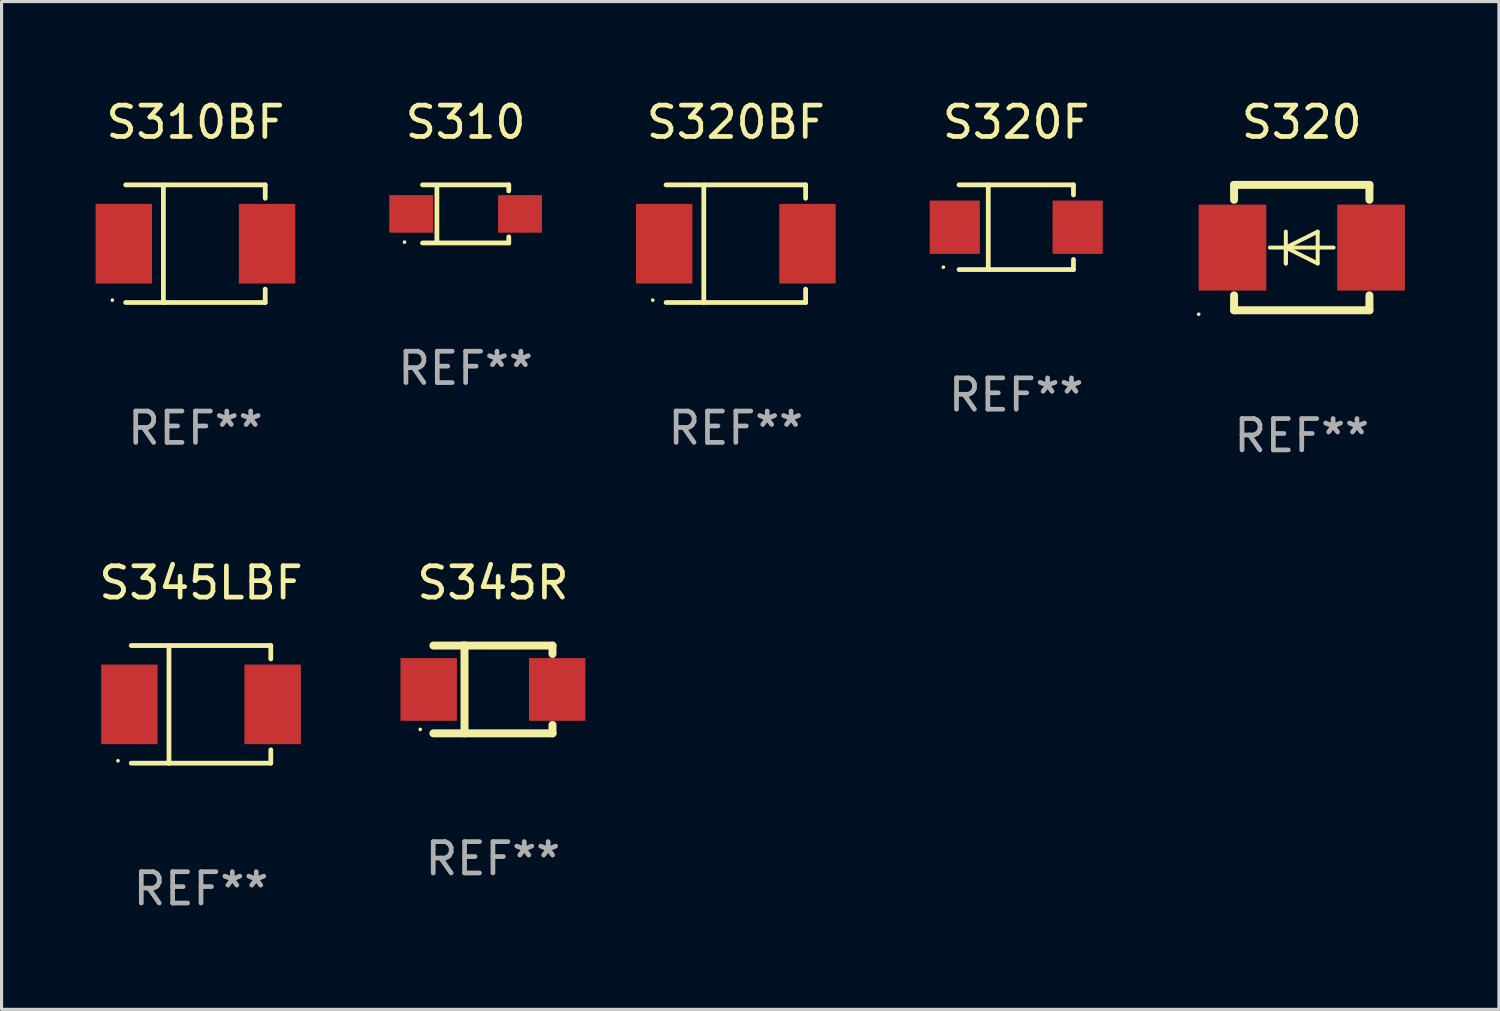
<source format=kicad_pcb>
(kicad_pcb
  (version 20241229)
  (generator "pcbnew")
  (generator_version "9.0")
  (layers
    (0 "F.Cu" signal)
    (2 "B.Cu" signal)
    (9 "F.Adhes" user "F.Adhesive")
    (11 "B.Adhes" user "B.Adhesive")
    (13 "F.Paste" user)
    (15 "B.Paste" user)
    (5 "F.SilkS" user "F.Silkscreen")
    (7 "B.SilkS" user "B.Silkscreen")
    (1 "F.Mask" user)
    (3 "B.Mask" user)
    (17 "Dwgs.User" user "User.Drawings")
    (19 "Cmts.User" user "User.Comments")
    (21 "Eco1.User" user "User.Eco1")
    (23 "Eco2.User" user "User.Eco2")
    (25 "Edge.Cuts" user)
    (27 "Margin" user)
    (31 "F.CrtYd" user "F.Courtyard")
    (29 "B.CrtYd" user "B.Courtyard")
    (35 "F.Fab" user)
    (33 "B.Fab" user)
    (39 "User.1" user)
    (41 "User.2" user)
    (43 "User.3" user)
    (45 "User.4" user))
  (footprint "S320"
    (layer "F.Cu")
    (at 38.479 4.848)
    (property "Reference" "S320" (at 0 -4 0) (layer "F.SilkS") (effects (font (size 1 1) (thickness 0.15))))
    (attr through_hole)
    (fp_line (start -2.159 -2) (end 2.159 -2) (stroke (width 0.254) (type solid)) (layer "F.SilkS"))
    (fp_line (start -2.159 -1.524) (end -2.159 -2) (stroke (width 0.254) (type solid)) (layer "F.SilkS"))
    (fp_line (start -2.159 1.524) (end -2.159 2) (stroke (width 0.254) (type solid)) (layer "F.SilkS"))
    (fp_line (start -2.159 2) (end 2.159 2) (stroke (width 0.254) (type solid)) (layer "F.SilkS"))
    (fp_line (start -0.508 0) (end -0.508 0.508) (stroke (width 0.127) (type solid)) (layer "F.SilkS"))
    (fp_line (start -0.508 0) (end 0.508 0.508) (stroke (width 0.127) (type solid)) (layer "F.SilkS"))
    (fp_line (start -0.508 0.508) (end -0.508 -0.508) (stroke (width 0.127) (type solid)) (layer "F.SilkS"))
    (fp_line (start 0.508 -0.508) (end -0.508 0) (stroke (width 0.127) (type solid)) (layer "F.SilkS"))
    (fp_line (start 0.508 0.508) (end 0.508 -0.508) (stroke (width 0.127) (type solid)) (layer "F.SilkS"))
    (fp_line (start 1.016 0) (end -1.016 0) (stroke (width 0.127) (type solid)) (layer "F.SilkS"))
    (fp_line (start 2.159 -2) (end 2.159 -1.524) (stroke (width 0.254) (type solid)) (layer "F.SilkS"))
    (fp_line (start 2.159 2) (end 2.159 1.524) (stroke (width 0.254) (type solid)) (layer "F.SilkS"))
    (fp_circle (center -3.289 2.127) (end -3.259 2.127) (stroke (width 0.06) (type solid)) (fill no) (layer "F.SilkS"))
    (fp_text user "REF**" (at 0 6 0) (layer "F.Fab") (effects (font (size 1 1) (thickness 0.15))))
    (pad "1" smd rect (at -2.21 0 180) (size 2.159 2.743) (layers "F.Cu" "F.Mask" "F.Paste"))
    (pad "2" smd rect (at 2.21 0 180) (size 2.159 2.743) (layers "F.Cu" "F.Mask" "F.Paste")))
  (footprint "S320F"
    (layer "F.Cu")
    (at 29.37 4.199)
    (property "Reference" "S320F" (at 0 -3.351 0) (layer "F.SilkS") (effects (font (size 1 1) (thickness 0.15))))
    (attr through_hole)
    (fp_line (start -1.826 -1.351) (end 1.826 -1.351) (stroke (width 0.152) (type solid)) (layer "F.SilkS"))
    (fp_line (start -1.826 1.351) (end 1.826 1.351) (stroke (width 0.152) (type solid)) (layer "F.SilkS"))
    (fp_line (start -0.892 -1.351) (end -0.892 1.351) (stroke (width 0.152) (type solid)) (layer "F.SilkS"))
    (fp_line (start 1.826 -1.351) (end 1.826 -1.03) (stroke (width 0.152) (type solid)) (layer "F.SilkS"))
    (fp_line (start 1.826 1.03) (end 1.826 1.351) (stroke (width 0.152) (type solid)) (layer "F.SilkS"))
    (fp_circle (center -2.325 1.275) (end -2.295 1.275) (stroke (width 0.06) (type solid)) (fill no) (layer "F.SilkS"))
    (fp_text user "REF**" (at 0 5.351 0) (layer "F.Fab") (effects (font (size 1 1) (thickness 0.15))))
    (pad "1" smd rect (at -1.96 0 180) (size 1.6 1.7) (layers "F.Cu" "F.Mask" "F.Paste"))
    (pad "2" smd rect (at 1.96 0 180) (size 1.6 1.7) (layers "F.Cu" "F.Mask" "F.Paste")))
  (footprint "S310"
    (layer "F.Cu")
    (at 11.805 3.774)
    (property "Reference" "S310" (at 0 -2.926 0) (layer "F.SilkS") (effects (font (size 1 1) (thickness 0.15))))
    (attr through_hole)
    (fp_line (start -1.376 -0.926) (end 1.376 -0.926) (stroke (width 0.152) (type solid)) (layer "F.SilkS"))
    (fp_line (start -1.376 0.926) (end 1.376 0.926) (stroke (width 0.152) (type solid)) (layer "F.SilkS"))
    (fp_line (start -0.917 -0.876) (end -0.917 0.876) (stroke (width 0.152) (type solid)) (layer "F.SilkS"))
    (fp_line (start 1.376 -0.926) (end 1.376 -0.733) (stroke (width 0.152) (type solid)) (layer "F.SilkS"))
    (fp_line (start 1.376 0.926) (end 1.376 0.733) (stroke (width 0.152) (type solid)) (layer "F.SilkS"))
    (fp_circle (center -1.95 0.9) (end -1.92 0.9) (stroke (width 0.06) (type solid)) (fill no) (layer "F.SilkS"))
    (fp_text user "REF**" (at 0 4.926 0) (layer "F.Fab") (effects (font (size 1 1) (thickness 0.15))))
    (pad "1" smd rect (at -1.735 0) (size 1.4 1.2) (layers "F.Cu" "F.Mask" "F.Paste"))
    (pad "2" smd rect (at 1.735 0) (size 1.4 1.2) (layers "F.Cu" "F.Mask" "F.Paste")))
  (footprint "S345R"
    (layer "F.Cu")
    (at 12.676 18.945)
    (property "Reference" "S345R" (at 0 -3.4 0) (layer "F.SilkS") (effects (font (size 1 1) (thickness 0.15))))
    (attr through_hole)
    (fp_line (start -1.9 -1.4) (end 1.9 -1.4) (stroke (width 0.254) (type solid)) (layer "F.SilkS"))
    (fp_line (start -1.9 1.4) (end 1.9 1.4) (stroke (width 0.254) (type solid)) (layer "F.SilkS"))
    (fp_line (start -0.954 -1.4) (end -0.907 -1.4) (stroke (width 0.254) (type solid)) (layer "F.SilkS"))
    (fp_line (start -0.907 -1.4) (end -0.907 1.4) (stroke (width 0.254) (type solid)) (layer "F.SilkS"))
    (fp_line (start 1.9 -1.4) (end 1.9 -1.131) (stroke (width 0.254) (type solid)) (layer "F.SilkS"))
    (fp_line (start 1.9 1.131) (end 1.9 1.4) (stroke (width 0.254) (type solid)) (layer "F.SilkS"))
    (fp_circle (center -2.32 1.275) (end -2.29 1.275) (stroke (width 0.06) (type solid)) (fill no) (layer "F.SilkS"))
    (fp_text user "REF**" (at 0 5.4 0) (layer "F.Fab") (effects (font (size 1 1) (thickness 0.15))))
    (pad "1" smd rect (at -2.05 0 180) (size 1.8 2) (layers "F.Cu" "F.Mask" "F.Paste"))
    (pad "2" smd rect (at 2.05 0 180) (size 1.8 2) (layers "F.Cu" "F.Mask" "F.Paste")))
  (footprint "S310BF"
    (layer "F.Cu")
    (at 3.185 4.728)
    (property "Reference" "S310BF" (at 0 -3.88 0) (layer "F.SilkS") (effects (font (size 1 1) (thickness 0.15))))
    (attr through_hole)
    (fp_line (start -2.226 -1.88) (end 2.226 -1.88) (stroke (width 0.152) (type solid)) (layer "F.SilkS"))
    (fp_line (start -2.226 1.873) (end 2.226 1.873) (stroke (width 0.152) (type solid)) (layer "F.SilkS"))
    (fp_line (start -1.022 -1.873) (end -1.022 1.88) (stroke (width 0.152) (type solid)) (layer "F.SilkS"))
    (fp_line (start 2.226 -1.88) (end 2.226 -1.453) (stroke (width 0.152) (type solid)) (layer "F.SilkS"))
    (fp_line (start 2.226 1.447) (end 2.226 1.873) (stroke (width 0.152) (type solid)) (layer "F.SilkS"))
    (fp_circle (center -2.65 1.797) (end -2.62 1.797) (stroke (width 0.06) (type solid)) (fill no) (layer "F.SilkS"))
    (fp_text user "REF**" (at 0 5.88 0) (layer "F.Fab") (effects (font (size 1 1) (thickness 0.15))))
    (pad "1" smd rect (at -2.285 -0.003) (size 1.8 2.54) (layers "F.Cu" "F.Mask" "F.Paste"))
    (pad "2" smd rect (at 2.285 -0.003) (size 1.8 2.54) (layers "F.Cu" "F.Mask" "F.Paste")))
  (footprint "S320BF"
    (layer "F.Cu")
    (at 20.425 4.728)
    (property "Reference" "S320BF" (at 0 -3.88 0) (layer "F.SilkS") (effects (font (size 1 1) (thickness 0.15))))
    (attr through_hole)
    (fp_line (start -2.226 -1.88) (end 2.226 -1.88) (stroke (width 0.152) (type solid)) (layer "F.SilkS"))
    (fp_line (start -2.226 1.873) (end 2.226 1.873) (stroke (width 0.152) (type solid)) (layer "F.SilkS"))
    (fp_line (start -1.022 -1.873) (end -1.022 1.88) (stroke (width 0.152) (type solid)) (layer "F.SilkS"))
    (fp_line (start 2.226 -1.88) (end 2.226 -1.453) (stroke (width 0.152) (type solid)) (layer "F.SilkS"))
    (fp_line (start 2.226 1.447) (end 2.226 1.873) (stroke (width 0.152) (type solid)) (layer "F.SilkS"))
    (fp_circle (center -2.65 1.797) (end -2.62 1.797) (stroke (width 0.06) (type solid)) (fill no) (layer "F.SilkS"))
    (fp_text user "REF**" (at 0 5.88 0) (layer "F.Fab") (effects (font (size 1 1) (thickness 0.15))))
    (pad "1" smd rect (at -2.285 -0.003) (size 1.8 2.54) (layers "F.Cu" "F.Mask" "F.Paste"))
    (pad "2" smd rect (at 2.285 -0.003) (size 1.8 2.54) (layers "F.Cu" "F.Mask" "F.Paste")))
  (footprint "S345LBF"
    (layer "F.Cu")
    (at 3.363 19.424)
    (property "Reference" "S345LBF" (at 0 -3.88 0) (layer "F.SilkS") (effects (font (size 1 1) (thickness 0.15))))
    (attr through_hole)
    (fp_line (start -2.226 -1.88) (end 2.226 -1.88) (stroke (width 0.152) (type solid)) (layer "F.SilkS"))
    (fp_line (start -2.226 1.873) (end 2.226 1.873) (stroke (width 0.152) (type solid)) (layer "F.SilkS"))
    (fp_line (start -1.022 -1.873) (end -1.022 1.88) (stroke (width 0.152) (type solid)) (layer "F.SilkS"))
    (fp_line (start 2.226 -1.88) (end 2.226 -1.453) (stroke (width 0.152) (type solid)) (layer "F.SilkS"))
    (fp_line (start 2.226 1.447) (end 2.226 1.873) (stroke (width 0.152) (type solid)) (layer "F.SilkS"))
    (fp_circle (center -2.65 1.797) (end -2.62 1.797) (stroke (width 0.06) (type solid)) (fill no) (layer "F.SilkS"))
    (fp_text user "REF**" (at 0 5.88 0) (layer "F.Fab") (effects (font (size 1 1) (thickness 0.15))))
    (pad "1" smd rect (at -2.285 -0.003) (size 1.8 2.54) (layers "F.Cu" "F.Mask" "F.Paste"))
    (pad "2" smd rect (at 2.285 -0.003) (size 1.8 2.54) (layers "F.Cu" "F.Mask" "F.Paste")))
  (gr_rect
    (start -3 -3)
    (end 44.769 29.152)
    (stroke (width 0.1) (type default))
    (fill no)
    (layer "Edge.Cuts")))
</source>
